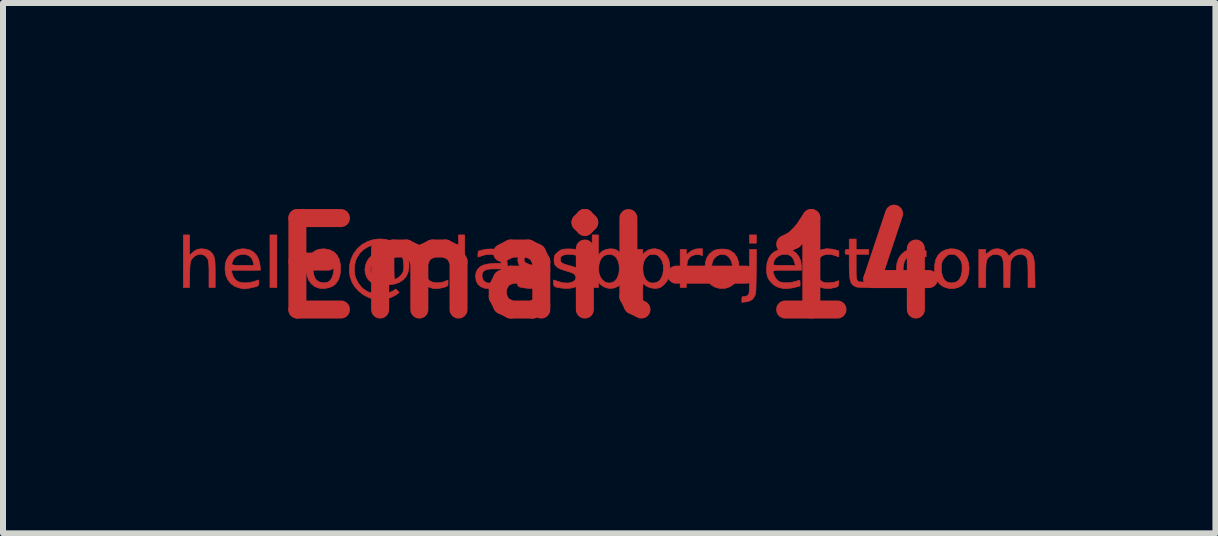
<source format=kicad_pcb>
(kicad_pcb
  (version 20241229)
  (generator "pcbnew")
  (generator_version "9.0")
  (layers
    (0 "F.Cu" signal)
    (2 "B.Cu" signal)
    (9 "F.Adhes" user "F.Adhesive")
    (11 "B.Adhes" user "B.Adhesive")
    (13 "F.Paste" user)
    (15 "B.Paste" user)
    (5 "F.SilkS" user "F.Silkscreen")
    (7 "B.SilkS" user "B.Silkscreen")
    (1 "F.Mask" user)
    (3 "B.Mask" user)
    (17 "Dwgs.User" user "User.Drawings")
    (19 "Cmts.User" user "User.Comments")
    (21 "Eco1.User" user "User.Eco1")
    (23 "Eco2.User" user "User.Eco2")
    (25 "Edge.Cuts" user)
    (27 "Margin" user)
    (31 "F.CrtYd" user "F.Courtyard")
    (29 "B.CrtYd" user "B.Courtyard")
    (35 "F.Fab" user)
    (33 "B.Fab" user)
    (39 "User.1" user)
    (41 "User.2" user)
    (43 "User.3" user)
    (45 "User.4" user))
  (footprint "Email-14"
    (layer "F.Cu")
    (at 7.094 1.418)
    (property "Reference" "Email-14" (at 0 0 0) (layer "F.Cu") (effects (font (size 1.524 1.524) (thickness 0.3))))
    (attr through_hole)
    (fp_poly (pts (xy -5.53 0.323) (xy -5.646 0.323) (xy -5.646 -0.554) (xy -5.53 -0.554) (xy -5.53 0.323)) (stroke (width 0.01) (type solid)) (fill yes) (layer "F.Cu"))
    (fp_poly (pts (xy -5.219 0.323) (xy -5.322 0.323) (xy -5.322 -0.554) (xy -5.219 -0.554) (xy -5.219 0.323)) (stroke (width 0.01) (type solid)) (fill yes) (layer "F.Cu"))
    (fp_poly (pts (xy -2.401 0.323) (xy -2.505 0.323) (xy -2.505 -0.554) (xy -2.401 -0.554) (xy -2.401 0.323)) (stroke (width 0.01) (type solid)) (fill yes) (layer "F.Cu"))
    (fp_poly (pts (xy 2.459 -0.416) (xy 2.344 -0.416) (xy 2.344 -0.554) (xy 2.459 -0.554) (xy 2.459 -0.416)) (stroke (width 0.01) (type solid)) (fill yes) (layer "F.Cu"))
    (fp_poly (pts (xy 4.607 0.323) (xy 4.48 0.323) (xy 4.48 0.173) (xy 4.607 0.173) (xy 4.607 0.323)) (stroke (width 0.01) (type solid)) (fill yes) (layer "F.Cu"))
    (fp_poly (pts (xy 1.559 -0.208) (xy 1.527 -0.22) (xy 1.483 -0.228) (xy 1.433 -0.222) (xy 1.386 -0.206) (xy 1.369 -0.195) (xy 1.346 -0.175) (xy 1.329 -0.153) (xy 1.316 -0.127) (xy 1.307 -0.093) (xy 1.301 -0.046) (xy 1.298 0.016) (xy 1.295 0.098) (xy 1.295 0.113) (xy 1.291 0.323) (xy 1.189 0.323) (xy 1.189 -0.312) (xy 1.293 -0.312) (xy 1.293 -0.217) (xy 1.326 -0.252) (xy 1.38 -0.293) (xy 1.446 -0.318) (xy 1.502 -0.323) (xy 1.559 -0.323) (xy 1.559 -0.208)) (stroke (width 0.01) (type solid)) (fill yes) (layer "F.Cu"))
    (fp_poly (pts (xy 2.457 0.055) (xy 2.456 0.157) (xy 2.455 0.24) (xy 2.453 0.304) (xy 2.452 0.353) (xy 2.449 0.39) (xy 2.446 0.417) (xy 2.442 0.438) (xy 2.437 0.453) (xy 2.43 0.467) (xy 2.399 0.514) (xy 2.358 0.543) (xy 2.303 0.559) (xy 2.282 0.562) (xy 2.217 0.569) (xy 2.217 0.521) (xy 2.218 0.491) (xy 2.225 0.477) (xy 2.243 0.474) (xy 2.257 0.473) (xy 2.3 0.464) (xy 2.32 0.448) (xy 2.327 0.44) (xy 2.332 0.43) (xy 2.336 0.416) (xy 2.339 0.395) (xy 2.341 0.365) (xy 2.342 0.322) (xy 2.343 0.265) (xy 2.344 0.191) (xy 2.344 0.098) (xy 2.344 0.056) (xy 2.344 -0.312) (xy 2.461 -0.312) (xy 2.457 0.055)) (stroke (width 0.01) (type solid)) (fill yes) (layer "F.Cu"))
    (fp_poly (pts (xy 4.122 -0.312) (xy 4.33 -0.312) (xy 4.33 -0.231) (xy 4.122 -0.231) (xy 4.122 -0.026) (xy 4.122 0.058) (xy 4.123 0.12) (xy 4.128 0.166) (xy 4.136 0.197) (xy 4.149 0.216) (xy 4.169 0.226) (xy 4.197 0.23) (xy 4.235 0.231) (xy 4.244 0.231) (xy 4.33 0.231) (xy 4.33 0.323) (xy 4.24 0.322) (xy 4.194 0.321) (xy 4.154 0.318) (xy 4.129 0.315) (xy 4.128 0.315) (xy 4.103 0.304) (xy 4.073 0.286) (xy 4.068 0.282) (xy 4.048 0.261) (xy 4.032 0.231) (xy 4.02 0.188) (xy 4.013 0.131) (xy 4.008 0.057) (xy 4.006 -0.036) (xy 4.006 -0.062) (xy 4.006 -0.231) (xy 3.972 -0.231) (xy 3.948 -0.233) (xy 3.939 -0.245) (xy 3.937 -0.271) (xy 3.939 -0.298) (xy 3.949 -0.31) (xy 3.972 -0.312) (xy 4.006 -0.312) (xy 4.006 -0.485) (xy 4.122 -0.485) (xy 4.122 -0.312)) (stroke (width 0.01) (type solid)) (fill yes) (layer "F.Cu"))
    (fp_poly (pts (xy -6.985 -0.215) (xy -6.942 -0.255) (xy -6.892 -0.295) (xy -6.844 -0.316) (xy -6.788 -0.323) (xy -6.784 -0.323) (xy -6.713 -0.315) (xy -6.656 -0.29) (xy -6.62 -0.259) (xy -6.6 -0.235) (xy -6.585 -0.209) (xy -6.574 -0.178) (xy -6.566 -0.138) (xy -6.561 -0.087) (xy -6.559 -0.02) (xy -6.558 0.065) (xy -6.558 0.097) (xy -6.558 0.323) (xy -6.662 0.323) (xy -6.662 0.109) (xy -6.662 0.022) (xy -6.664 -0.044) (xy -6.668 -0.093) (xy -6.673 -0.126) (xy -6.678 -0.143) (xy -6.708 -0.189) (xy -6.749 -0.219) (xy -6.796 -0.231) (xy -6.847 -0.226) (xy -6.895 -0.203) (xy -6.938 -0.164) (xy -6.955 -0.139) (xy -6.964 -0.122) (xy -6.97 -0.102) (xy -6.975 -0.076) (xy -6.978 -0.04) (xy -6.981 0.01) (xy -6.983 0.078) (xy -6.983 0.113) (xy -6.988 0.323) (xy -7.089 0.323) (xy -7.089 -0.554) (xy -6.985 -0.554) (xy -6.985 -0.215)) (stroke (width 0.01) (type solid)) (fill yes) (layer "F.Cu"))
    (fp_poly (pts (xy -2.802 -0.318) (xy -2.74 -0.304) (xy -2.679 -0.284) (xy -2.679 -0.186) (xy -2.742 -0.209) (xy -2.824 -0.228) (xy -2.897 -0.228) (xy -2.96 -0.208) (xy -3.01 -0.171) (xy -3.046 -0.118) (xy -3.066 -0.05) (xy -3.069 0.027) (xy -3.056 0.106) (xy -3.028 0.168) (xy -2.985 0.212) (xy -2.928 0.237) (xy -2.86 0.245) (xy -2.778 0.236) (xy -2.733 0.221) (xy -2.679 0.198) (xy -2.679 0.248) (xy -2.68 0.278) (xy -2.687 0.295) (xy -2.705 0.306) (xy -2.733 0.316) (xy -2.82 0.336) (xy -2.901 0.34) (xy -2.941 0.335) (xy -3.02 0.308) (xy -3.085 0.263) (xy -3.135 0.2) (xy -3.149 0.175) (xy -3.165 0.138) (xy -3.175 0.104) (xy -3.179 0.065) (xy -3.18 0.012) (xy -3.18 0.012) (xy -3.177 -0.064) (xy -3.166 -0.123) (xy -3.145 -0.171) (xy -3.112 -0.216) (xy -3.103 -0.227) (xy -3.043 -0.275) (xy -2.97 -0.308) (xy -2.889 -0.322) (xy -2.802 -0.318)) (stroke (width 0.01) (type solid)) (fill yes) (layer "F.Cu"))
    (fp_poly (pts (xy 5.173 -0.318) (xy 5.228 -0.306) (xy 5.288 -0.288) (xy 5.288 -0.188) (xy 5.227 -0.209) (xy 5.146 -0.228) (xy 5.074 -0.228) (xy 5.013 -0.209) (xy 4.963 -0.171) (xy 4.928 -0.117) (xy 4.908 -0.048) (xy 4.904 0.032) (xy 4.917 0.103) (xy 4.945 0.164) (xy 4.988 0.21) (xy 5.013 0.226) (xy 5.054 0.239) (xy 5.107 0.244) (xy 5.165 0.242) (xy 5.216 0.233) (xy 5.236 0.226) (xy 5.264 0.215) (xy 5.282 0.208) (xy 5.284 0.208) (xy 5.286 0.218) (xy 5.286 0.244) (xy 5.286 0.256) (xy 5.281 0.287) (xy 5.27 0.305) (xy 5.245 0.316) (xy 5.241 0.318) (xy 5.157 0.336) (xy 5.07 0.338) (xy 5.022 0.331) (xy 4.945 0.303) (xy 4.882 0.259) (xy 4.836 0.198) (xy 4.805 0.122) (xy 4.792 0.031) (xy 4.791 0.005) (xy 4.801 -0.086) (xy 4.829 -0.164) (xy 4.874 -0.228) (xy 4.932 -0.278) (xy 5.003 -0.31) (xy 5.084 -0.324) (xy 5.173 -0.318)) (stroke (width 0.01) (type solid)) (fill yes) (layer "F.Cu"))
    (fp_poly (pts (xy 3.718 -0.318) (xy 3.773 -0.306) (xy 3.833 -0.288) (xy 3.833 -0.187) (xy 3.775 -0.209) (xy 3.697 -0.229) (xy 3.626 -0.23) (xy 3.564 -0.211) (xy 3.513 -0.174) (xy 3.476 -0.121) (xy 3.454 -0.051) (xy 3.453 -0.047) (xy 3.449 0.035) (xy 3.463 0.108) (xy 3.495 0.169) (xy 3.542 0.216) (xy 3.566 0.231) (xy 3.6 0.24) (xy 3.648 0.244) (xy 3.7 0.242) (xy 3.75 0.235) (xy 3.781 0.226) (xy 3.809 0.215) (xy 3.827 0.208) (xy 3.829 0.208) (xy 3.832 0.218) (xy 3.832 0.244) (xy 3.831 0.256) (xy 3.826 0.287) (xy 3.815 0.305) (xy 3.791 0.316) (xy 3.786 0.318) (xy 3.703 0.336) (xy 3.615 0.338) (xy 3.567 0.331) (xy 3.49 0.303) (xy 3.428 0.259) (xy 3.381 0.198) (xy 3.351 0.122) (xy 3.337 0.031) (xy 3.337 0.005) (xy 3.346 -0.086) (xy 3.375 -0.164) (xy 3.419 -0.228) (xy 3.477 -0.278) (xy 3.548 -0.31) (xy 3.629 -0.324) (xy 3.718 -0.318)) (stroke (width 0.01) (type solid)) (fill yes) (layer "F.Cu"))
    (fp_poly (pts (xy 1.931 -0.317) (xy 1.992 -0.306) (xy 2.028 -0.291) (xy 2.089 -0.247) (xy 2.133 -0.186) (xy 2.16 -0.109) (xy 2.172 -0.016) (xy 2.172 0.006) (xy 2.165 0.102) (xy 2.14 0.183) (xy 2.1 0.247) (xy 2.079 0.269) (xy 2.016 0.311) (xy 1.943 0.335) (xy 1.864 0.339) (xy 1.828 0.334) (xy 1.762 0.314) (xy 1.708 0.28) (xy 1.671 0.242) (xy 1.636 0.191) (xy 1.614 0.13) (xy 1.603 0.055) (xy 1.603 0.049) (xy 1.711 0.049) (xy 1.72 0.102) (xy 1.745 0.161) (xy 1.783 0.205) (xy 1.83 0.233) (xy 1.881 0.245) (xy 1.934 0.239) (xy 1.983 0.213) (xy 2.005 0.192) (xy 2.037 0.142) (xy 2.057 0.078) (xy 2.063 0.007) (xy 2.056 -0.065) (xy 2.035 -0.132) (xy 2.03 -0.142) (xy 1.995 -0.189) (xy 1.95 -0.219) (xy 1.899 -0.231) (xy 1.847 -0.225) (xy 1.798 -0.201) (xy 1.756 -0.16) (xy 1.739 -0.133) (xy 1.721 -0.081) (xy 1.711 -0.017) (xy 1.711 0.049) (xy 1.603 0.049) (xy 1.601 -0.007) (xy 1.61 -0.099) (xy 1.634 -0.174) (xy 1.673 -0.234) (xy 1.73 -0.281) (xy 1.749 -0.292) (xy 1.8 -0.31) (xy 1.864 -0.318) (xy 1.931 -0.317)) (stroke (width 0.01) (type solid)) (fill yes) (layer "F.Cu"))
    (fp_poly (pts (xy -4.724 -0.32) (xy -4.644 -0.303) (xy -4.578 -0.269) (xy -4.528 -0.217) (xy -4.492 -0.149) (xy -4.473 -0.065) (xy -4.47 0.035) (xy -4.47 0.038) (xy -4.481 0.124) (xy -4.506 0.195) (xy -4.545 0.255) (xy -4.553 0.264) (xy -4.598 0.299) (xy -4.659 0.324) (xy -4.728 0.338) (xy -4.798 0.338) (xy -4.826 0.334) (xy -4.896 0.309) (xy -4.953 0.265) (xy -4.998 0.205) (xy -5.028 0.129) (xy -5.043 0.04) (xy -5.043 0.036) (xy -5.042 -0.024) (xy -4.928 -0.024) (xy -4.927 0.045) (xy -4.916 0.11) (xy -4.895 0.166) (xy -4.88 0.189) (xy -4.839 0.223) (xy -4.787 0.242) (xy -4.731 0.245) (xy -4.677 0.231) (xy -4.673 0.229) (xy -4.637 0.199) (xy -4.61 0.151) (xy -4.591 0.093) (xy -4.581 0.027) (xy -4.583 -0.04) (xy -4.595 -0.103) (xy -4.618 -0.156) (xy -4.657 -0.199) (xy -4.704 -0.224) (xy -4.757 -0.231) (xy -4.809 -0.219) (xy -4.857 -0.19) (xy -4.897 -0.144) (xy -4.899 -0.14) (xy -4.919 -0.088) (xy -4.928 -0.024) (xy -5.042 -0.024) (xy -5.042 -0.053) (xy -5.028 -0.126) (xy -4.998 -0.189) (xy -4.955 -0.241) (xy -4.897 -0.288) (xy -4.833 -0.314) (xy -4.759 -0.322) (xy -4.724 -0.32)) (stroke (width 0.01) (type solid)) (fill yes) (layer "F.Cu"))
    (fp_poly (pts (xy -0.173 -0.216) (xy -0.148 -0.248) (xy -0.106 -0.285) (xy -0.05 -0.31) (xy 0.013 -0.322) (xy 0.076 -0.32) (xy 0.119 -0.308) (xy 0.155 -0.285) (xy 0.195 -0.248) (xy 0.232 -0.204) (xy 0.26 -0.159) (xy 0.263 -0.152) (xy 0.274 -0.114) (xy 0.28 -0.059) (xy 0.282 0.006) (xy 0.282 0.064) (xy 0.278 0.107) (xy 0.271 0.14) (xy 0.26 0.173) (xy 0.256 0.18) (xy 0.214 0.249) (xy 0.161 0.299) (xy 0.097 0.329) (xy 0.026 0.339) (xy -0.038 0.329) (xy -0.092 0.307) (xy -0.133 0.276) (xy -0.173 0.238) (xy -0.173 0.323) (xy -0.277 0.323) (xy -0.277 0.015) (xy -0.17 0.015) (xy -0.163 0.082) (xy -0.141 0.146) (xy -0.106 0.196) (xy -0.063 0.231) (xy -0.014 0.247) (xy 0.038 0.245) (xy 0.09 0.222) (xy 0.092 0.22) (xy 0.13 0.181) (xy 0.156 0.127) (xy 0.172 0.065) (xy 0.176 -0.002) (xy 0.169 -0.067) (xy 0.151 -0.128) (xy 0.123 -0.177) (xy 0.084 -0.212) (xy 0.08 -0.214) (xy 0.028 -0.229) (xy -0.028 -0.227) (xy -0.079 -0.207) (xy -0.117 -0.172) (xy -0.146 -0.119) (xy -0.164 -0.055) (xy -0.17 0.015) (xy -0.277 0.015) (xy -0.277 -0.554) (xy -0.173 -0.554) (xy -0.173 -0.216)) (stroke (width 0.01) (type solid)) (fill yes) (layer "F.Cu"))
    (fp_poly (pts (xy 5.767 -0.319) (xy 5.839 -0.297) (xy 5.901 -0.256) (xy 5.923 -0.234) (xy 5.966 -0.168) (xy 5.993 -0.091) (xy 6.004 -0.007) (xy 5.999 0.079) (xy 5.977 0.161) (xy 5.938 0.235) (xy 5.934 0.242) (xy 5.886 0.288) (xy 5.824 0.321) (xy 5.753 0.338) (xy 5.677 0.339) (xy 5.649 0.334) (xy 5.574 0.309) (xy 5.515 0.268) (xy 5.47 0.209) (xy 5.442 0.133) (xy 5.429 0.04) (xy 5.429 0.038) (xy 5.429 0.002) (xy 5.54 0.002) (xy 5.546 0.078) (xy 5.564 0.144) (xy 5.593 0.196) (xy 5.609 0.212) (xy 5.652 0.237) (xy 5.706 0.246) (xy 5.76 0.241) (xy 5.804 0.222) (xy 5.843 0.184) (xy 5.87 0.128) (xy 5.885 0.059) (xy 5.885 0.052) (xy 5.888 -0.021) (xy 5.883 -0.077) (xy 5.868 -0.122) (xy 5.842 -0.161) (xy 5.824 -0.18) (xy 5.794 -0.209) (xy 5.77 -0.224) (xy 5.745 -0.23) (xy 5.715 -0.231) (xy 5.681 -0.229) (xy 5.656 -0.222) (xy 5.632 -0.205) (xy 5.606 -0.181) (xy 5.572 -0.141) (xy 5.553 -0.104) (xy 5.547 -0.08) (xy 5.54 0.002) (xy 5.429 0.002) (xy 5.431 -0.062) (xy 5.449 -0.146) (xy 5.484 -0.214) (xy 5.535 -0.266) (xy 5.603 -0.303) (xy 5.612 -0.306) (xy 5.69 -0.323) (xy 5.767 -0.319)) (stroke (width 0.01) (type solid)) (fill yes) (layer "F.Cu"))
    (fp_poly (pts (xy 0.843 -0.307) (xy 0.901 -0.275) (xy 0.952 -0.227) (xy 0.989 -0.164) (xy 0.99 -0.162) (xy 1.009 -0.098) (xy 1.018 -0.023) (xy 1.017 0.054) (xy 1.007 0.126) (xy 0.987 0.186) (xy 0.986 0.188) (xy 0.956 0.234) (xy 0.916 0.278) (xy 0.874 0.312) (xy 0.861 0.32) (xy 0.812 0.335) (xy 0.752 0.337) (xy 0.692 0.327) (xy 0.641 0.307) (xy 0.609 0.286) (xy 0.585 0.265) (xy 0.578 0.257) (xy 0.573 0.256) (xy 0.57 0.274) (xy 0.567 0.313) (xy 0.566 0.372) (xy 0.566 0.401) (xy 0.566 0.566) (xy 0.45 0.566) (xy 0.45 0.001) (xy 0.566 0.001) (xy 0.573 0.083) (xy 0.593 0.15) (xy 0.625 0.201) (xy 0.668 0.234) (xy 0.719 0.249) (xy 0.777 0.243) (xy 0.818 0.228) (xy 0.851 0.201) (xy 0.879 0.156) (xy 0.9 0.098) (xy 0.909 0.04) (xy 0.908 -0.047) (xy 0.888 -0.12) (xy 0.849 -0.18) (xy 0.824 -0.206) (xy 0.8 -0.22) (xy 0.766 -0.227) (xy 0.749 -0.228) (xy 0.71 -0.23) (xy 0.684 -0.225) (xy 0.66 -0.211) (xy 0.647 -0.201) (xy 0.603 -0.15) (xy 0.576 -0.086) (xy 0.566 -0.008) (xy 0.566 0.001) (xy 0.45 0.001) (xy 0.45 -0.312) (xy 0.566 -0.312) (xy 0.566 -0.228) (xy 0.597 -0.259) (xy 0.652 -0.3) (xy 0.714 -0.32) (xy 0.779 -0.323) (xy 0.843 -0.307)) (stroke (width 0.01) (type solid)) (fill yes) (layer "F.Cu"))
    (fp_poly (pts (xy -6.063 -0.321) (xy -5.986 -0.305) (xy -5.921 -0.271) (xy -5.871 -0.218) (xy -5.834 -0.149) (xy -5.814 -0.064) (xy -5.811 -0.043) (xy -5.804 0.035) (xy -6.29 0.035) (xy -6.281 0.072) (xy -6.259 0.139) (xy -6.227 0.187) (xy -6.184 0.22) (xy -6.16 0.231) (xy -6.112 0.242) (xy -6.051 0.245) (xy -5.985 0.239) (xy -5.923 0.226) (xy -5.906 0.22) (xy -5.87 0.208) (xy -5.844 0.199) (xy -5.834 0.196) (xy -5.832 0.207) (xy -5.831 0.232) (xy -5.83 0.242) (xy -5.833 0.273) (xy -5.843 0.291) (xy -5.869 0.304) (xy -5.87 0.305) (xy -5.897 0.313) (xy -5.937 0.323) (xy -5.983 0.332) (xy -6.028 0.34) (xy -6.064 0.345) (xy -6.081 0.345) (xy -6.096 0.343) (xy -6.127 0.336) (xy -6.157 0.33) (xy -6.234 0.303) (xy -6.298 0.257) (xy -6.347 0.196) (xy -6.38 0.12) (xy -6.394 0.034) (xy -6.392 -0.055) (xy -6.386 -0.08) (xy -6.28 -0.08) (xy -6.279 -0.064) (xy -6.266 -0.054) (xy -6.238 -0.049) (xy -6.194 -0.047) (xy -6.13 -0.046) (xy -6.097 -0.046) (xy -5.914 -0.046) (xy -5.924 -0.094) (xy -5.935 -0.13) (xy -5.948 -0.16) (xy -5.951 -0.165) (xy -5.991 -0.203) (xy -6.041 -0.225) (xy -6.097 -0.231) (xy -6.153 -0.222) (xy -6.203 -0.199) (xy -6.243 -0.161) (xy -6.258 -0.135) (xy -6.273 -0.103) (xy -6.28 -0.08) (xy -6.386 -0.08) (xy -6.373 -0.13) (xy -6.337 -0.196) (xy -6.3 -0.237) (xy -6.241 -0.284) (xy -6.18 -0.312) (xy -6.11 -0.322) (xy -6.063 -0.321)) (stroke (width 0.01) (type solid)) (fill yes) (layer "F.Cu"))
    (fp_poly (pts (xy 2.992 -0.316) (xy 3.063 -0.292) (xy 3.122 -0.25) (xy 3.167 -0.192) (xy 3.197 -0.12) (xy 3.209 -0.035) (xy 3.21 -0.021) (xy 3.21 0.035) (xy 2.973 0.035) (xy 2.891 0.035) (xy 2.83 0.035) (xy 2.787 0.037) (xy 2.758 0.041) (xy 2.743 0.048) (xy 2.738 0.059) (xy 2.74 0.075) (xy 2.746 0.096) (xy 2.75 0.105) (xy 2.78 0.168) (xy 2.822 0.212) (xy 2.851 0.228) (xy 2.908 0.242) (xy 2.978 0.244) (xy 3.056 0.235) (xy 3.134 0.214) (xy 3.166 0.202) (xy 3.179 0.2) (xy 3.185 0.21) (xy 3.187 0.238) (xy 3.187 0.245) (xy 3.187 0.297) (xy 3.12 0.315) (xy 3.05 0.331) (xy 2.981 0.339) (xy 2.921 0.34) (xy 2.904 0.339) (xy 2.823 0.319) (xy 2.758 0.286) (xy 2.71 0.244) (xy 2.671 0.195) (xy 2.645 0.146) (xy 2.632 0.088) (xy 2.627 0.017) (xy 2.627 0.006) (xy 2.634 -0.059) (xy 2.74 -0.059) (xy 2.745 -0.053) (xy 2.76 -0.05) (xy 2.787 -0.048) (xy 2.829 -0.047) (xy 2.89 -0.046) (xy 2.921 -0.046) (xy 3.108 -0.046) (xy 3.099 -0.084) (xy 3.077 -0.149) (xy 3.041 -0.196) (xy 2.993 -0.223) (xy 2.932 -0.231) (xy 2.881 -0.226) (xy 2.84 -0.21) (xy 2.8 -0.182) (xy 2.768 -0.148) (xy 2.754 -0.118) (xy 2.746 -0.087) (xy 2.741 -0.066) (xy 2.74 -0.059) (xy 2.634 -0.059) (xy 2.637 -0.087) (xy 2.664 -0.166) (xy 2.707 -0.23) (xy 2.766 -0.278) (xy 2.84 -0.309) (xy 2.911 -0.321) (xy 2.992 -0.316)) (stroke (width 0.01) (type solid)) (fill yes) (layer "F.Cu"))
    (fp_poly (pts (xy -1.218 -0.319) (xy -1.162 -0.314) (xy -1.118 -0.306) (xy -1.105 -0.302) (xy -1.085 -0.29) (xy -1.076 -0.272) (xy -1.074 -0.243) (xy -1.075 -0.214) (xy -1.081 -0.2) (xy -1.097 -0.2) (xy -1.129 -0.21) (xy -1.137 -0.213) (xy -1.18 -0.223) (xy -1.232 -0.229) (xy -1.285 -0.229) (xy -1.332 -0.225) (xy -1.362 -0.216) (xy -1.393 -0.191) (xy -1.411 -0.157) (xy -1.411 -0.125) (xy -1.398 -0.102) (xy -1.37 -0.081) (xy -1.325 -0.062) (xy -1.263 -0.044) (xy -1.181 -0.02) (xy -1.121 0.006) (xy -1.078 0.036) (xy -1.068 0.046) (xy -1.052 0.078) (xy -1.044 0.123) (xy -1.045 0.173) (xy -1.054 0.22) (xy -1.069 0.25) (xy -1.113 0.291) (xy -1.174 0.32) (xy -1.249 0.336) (xy -1.333 0.338) (xy -1.376 0.333) (xy -1.435 0.325) (xy -1.475 0.317) (xy -1.5 0.307) (xy -1.513 0.293) (xy -1.52 0.273) (xy -1.522 0.25) (xy -1.523 0.219) (xy -1.521 0.199) (xy -1.519 0.196) (xy -1.506 0.2) (xy -1.479 0.21) (xy -1.458 0.218) (xy -1.388 0.239) (xy -1.321 0.248) (xy -1.261 0.246) (xy -1.211 0.233) (xy -1.175 0.21) (xy -1.155 0.177) (xy -1.152 0.157) (xy -1.161 0.12) (xy -1.191 0.09) (xy -1.242 0.067) (xy -1.258 0.062) (xy -1.328 0.043) (xy -1.38 0.027) (xy -1.416 0.013) (xy -1.442 0.000381) (xy -1.461 -0.013) (xy -1.472 -0.023) (xy -1.504 -0.071) (xy -1.517 -0.125) (xy -1.511 -0.179) (xy -1.488 -0.229) (xy -1.45 -0.272) (xy -1.397 -0.304) (xy -1.372 -0.312) (xy -1.331 -0.319) (xy -1.277 -0.321) (xy -1.218 -0.319)) (stroke (width 0.01) (type solid)) (fill yes) (layer "F.Cu"))
    (fp_poly (pts (xy 6.952 -0.313) (xy 7.006 -0.284) (xy 7.028 -0.264) (xy 7.048 -0.239) (xy 7.064 -0.213) (xy 7.076 -0.182) (xy 7.085 -0.143) (xy 7.091 -0.092) (xy 7.095 -0.026) (xy 7.097 0.059) (xy 7.098 0.089) (xy 7.103 0.323) (xy 6.985 0.323) (xy 6.985 0.104) (xy 6.984 0.014) (xy 6.982 -0.055) (xy 6.978 -0.107) (xy 6.971 -0.146) (xy 6.961 -0.174) (xy 6.946 -0.195) (xy 6.928 -0.211) (xy 6.926 -0.212) (xy 6.882 -0.23) (xy 6.833 -0.229) (xy 6.783 -0.213) (xy 6.74 -0.182) (xy 6.718 -0.154) (xy 6.709 -0.137) (xy 6.701 -0.12) (xy 6.696 -0.099) (xy 6.692 -0.07) (xy 6.69 -0.029) (xy 6.688 0.028) (xy 6.687 0.103) (xy 6.687 0.107) (xy 6.683 0.323) (xy 6.581 0.323) (xy 6.581 0.113) (xy 6.58 0.016) (xy 6.577 -0.06) (xy 6.571 -0.119) (xy 6.56 -0.161) (xy 6.545 -0.191) (xy 6.524 -0.21) (xy 6.496 -0.222) (xy 6.46 -0.228) (xy 6.457 -0.228) (xy 6.416 -0.228) (xy 6.384 -0.219) (xy 6.363 -0.206) (xy 6.336 -0.186) (xy 6.316 -0.164) (xy 6.301 -0.138) (xy 6.291 -0.104) (xy 6.285 -0.058) (xy 6.282 0.003) (xy 6.281 0.082) (xy 6.281 0.112) (xy 6.281 0.323) (xy 6.165 0.323) (xy 6.165 -0.312) (xy 6.281 -0.312) (xy 6.281 -0.231) (xy 6.334 -0.271) (xy 6.379 -0.302) (xy 6.418 -0.318) (xy 6.462 -0.323) (xy 6.502 -0.321) (xy 6.564 -0.305) (xy 6.614 -0.272) (xy 6.645 -0.235) (xy 6.669 -0.2) (xy 6.711 -0.244) (xy 6.766 -0.288) (xy 6.828 -0.315) (xy 6.891 -0.323) (xy 6.952 -0.313)) (stroke (width 0.01) (type solid)) (fill yes) (layer "F.Cu"))
    (fp_poly (pts (xy -1.884 -0.313) (xy -1.825 -0.297) (xy -1.818 -0.293) (xy -1.769 -0.257) (xy -1.729 -0.204) (xy -1.703 -0.14) (xy -1.697 -0.117) (xy -1.693 -0.083) (xy -1.69 -0.033) (xy -1.687 0.03) (xy -1.686 0.098) (xy -1.686 0.134) (xy -1.686 0.323) (xy -1.79 0.323) (xy -1.79 0.228) (xy -1.813 0.257) (xy -1.853 0.293) (xy -1.909 0.32) (xy -1.973 0.336) (xy -2.036 0.338) (xy -2.07 0.334) (xy -2.133 0.309) (xy -2.18 0.269) (xy -2.209 0.214) (xy -2.22 0.145) (xy -2.22 0.137) (xy -2.22 0.136) (xy -2.113 0.136) (xy -2.102 0.18) (xy -2.075 0.218) (xy -2.036 0.243) (xy -2.026 0.246) (xy -1.988 0.249) (xy -1.941 0.242) (xy -1.897 0.227) (xy -1.892 0.224) (xy -1.849 0.19) (xy -1.818 0.137) (xy -1.801 0.08) (xy -1.795 0.046) (xy -1.79 0.022) (xy -1.79 0.016) (xy -1.8 0.014) (xy -1.829 0.013) (xy -1.871 0.012) (xy -1.9 0.012) (xy -1.977 0.014) (xy -2.035 0.024) (xy -2.075 0.041) (xy -2.099 0.068) (xy -2.111 0.106) (xy -2.113 0.136) (xy -2.22 0.136) (xy -2.212 0.072) (xy -2.188 0.02) (xy -2.148 -0.021) (xy -2.09 -0.051) (xy -2.013 -0.07) (xy -1.917 -0.079) (xy -1.863 -0.081) (xy -1.792 -0.081) (xy -1.801 -0.122) (xy -1.811 -0.154) (xy -1.823 -0.177) (xy -1.824 -0.178) (xy -1.86 -0.206) (xy -1.913 -0.223) (xy -1.976 -0.23) (xy -2.044 -0.225) (xy -2.11 -0.208) (xy -2.145 -0.196) (xy -2.171 -0.187) (xy -2.179 -0.185) (xy -2.181 -0.195) (xy -2.181 -0.221) (xy -2.18 -0.234) (xy -2.176 -0.283) (xy -2.101 -0.304) (xy -2.03 -0.317) (xy -1.954 -0.32) (xy -1.884 -0.313)) (stroke (width 0.01) (type solid)) (fill yes) (layer "F.Cu"))
    (fp_poly (pts (xy -0.617 -0.319) (xy -0.56 -0.314) (xy -0.516 -0.305) (xy -0.505 -0.302) (xy -0.484 -0.29) (xy -0.475 -0.272) (xy -0.473 -0.243) (xy -0.475 -0.214) (xy -0.478 -0.197) (xy -0.48 -0.196) (xy -0.494 -0.2) (xy -0.522 -0.208) (xy -0.543 -0.215) (xy -0.618 -0.229) (xy -0.68 -0.229) (xy -0.739 -0.222) (xy -0.778 -0.207) (xy -0.801 -0.183) (xy -0.808 -0.147) (xy -0.808 -0.143) (xy -0.804 -0.116) (xy -0.789 -0.094) (xy -0.761 -0.076) (xy -0.715 -0.059) (xy -0.662 -0.044) (xy -0.584 -0.022) (xy -0.526 0.002) (xy -0.486 0.029) (xy -0.46 0.062) (xy -0.446 0.103) (xy -0.441 0.136) (xy -0.44 0.179) (xy -0.446 0.209) (xy -0.461 0.238) (xy -0.464 0.242) (xy -0.507 0.286) (xy -0.568 0.318) (xy -0.642 0.335) (xy -0.727 0.338) (xy -0.776 0.333) (xy -0.835 0.325) (xy -0.875 0.317) (xy -0.9 0.307) (xy -0.913 0.293) (xy -0.919 0.273) (xy -0.921 0.25) (xy -0.922 0.219) (xy -0.921 0.199) (xy -0.919 0.196) (xy -0.906 0.2) (xy -0.878 0.21) (xy -0.858 0.218) (xy -0.765 0.244) (xy -0.678 0.248) (xy -0.639 0.242) (xy -0.591 0.224) (xy -0.56 0.196) (xy -0.547 0.163) (xy -0.552 0.13) (xy -0.575 0.099) (xy -0.616 0.076) (xy -0.652 0.064) (xy -0.699 0.05) (xy -0.749 0.035) (xy -0.75 0.034) (xy -0.81 0.013) (xy -0.853 -0.011) (xy -0.874 -0.029) (xy -0.896 -0.053) (xy -0.907 -0.075) (xy -0.911 -0.104) (xy -0.912 -0.137) (xy -0.911 -0.178) (xy -0.905 -0.205) (xy -0.89 -0.228) (xy -0.869 -0.252) (xy -0.816 -0.294) (xy -0.774 -0.312) (xy -0.732 -0.318) (xy -0.677 -0.321) (xy -0.617 -0.319)) (stroke (width 0.01) (type solid)) (fill yes) (layer "F.Cu"))
    (fp_poly (pts (xy -3.727 -0.481) (xy -3.637 -0.458) (xy -3.553 -0.421) (xy -3.479 -0.369) (xy -3.417 -0.304) (xy -3.369 -0.226) (xy -3.338 -0.138) (xy -3.329 -0.085) (xy -3.33 -0.005) (xy -3.345 0.07) (xy -3.375 0.136) (xy -3.417 0.186) (xy -3.421 0.19) (xy -3.486 0.234) (xy -3.552 0.261) (xy -3.612 0.272) (xy -3.671 0.28) (xy -3.671 0.209) (xy -3.713 0.236) (xy -3.775 0.267) (xy -3.838 0.276) (xy -3.899 0.266) (xy -3.955 0.24) (xy -4.002 0.198) (xy -4.038 0.142) (xy -4.059 0.075) (xy -4.062 0.044) (xy -3.97 0.044) (xy -3.956 0.096) (xy -3.929 0.138) (xy -3.892 0.17) (xy -3.846 0.188) (xy -3.796 0.188) (xy -3.752 0.173) (xy -3.716 0.142) (xy -3.691 0.096) (xy -3.679 0.041) (xy -3.681 -0.019) (xy -3.683 -0.03) (xy -3.703 -0.076) (xy -3.736 -0.115) (xy -3.778 -0.142) (xy -3.816 -0.15) (xy -3.874 -0.14) (xy -3.92 -0.11) (xy -3.948 -0.069) (xy -3.968 -0.012) (xy -3.97 0.044) (xy -4.062 0.044) (xy -4.064 0.023) (xy -4.055 -0.044) (xy -4.032 -0.108) (xy -3.996 -0.164) (xy -3.952 -0.205) (xy -3.926 -0.219) (xy -3.875 -0.23) (xy -3.817 -0.229) (xy -3.759 -0.216) (xy -3.714 -0.193) (xy -3.713 -0.192) (xy -3.671 -0.16) (xy -3.671 -0.19) (xy -3.669 -0.209) (xy -3.657 -0.217) (xy -3.63 -0.219) (xy -3.625 -0.219) (xy -3.579 -0.219) (xy -3.579 -0.017) (xy -3.578 0.066) (xy -3.576 0.128) (xy -3.573 0.167) (xy -3.568 0.184) (xy -3.567 0.185) (xy -3.533 0.175) (xy -3.496 0.15) (xy -3.461 0.116) (xy -3.435 0.077) (xy -3.429 0.064) (xy -3.418 0.016) (xy -3.415 -0.043) (xy -3.42 -0.104) (xy -3.431 -0.158) (xy -3.438 -0.175) (xy -3.483 -0.251) (xy -3.542 -0.312) (xy -3.612 -0.357) (xy -3.689 -0.386) (xy -3.771 -0.401) (xy -3.854 -0.4) (xy -3.937 -0.385) (xy -4.015 -0.354) (xy -4.086 -0.31) (xy -4.147 -0.251) (xy -4.195 -0.179) (xy -4.22 -0.118) (xy -4.235 -0.049) (xy -4.239 0.03) (xy -4.232 0.106) (xy -4.225 0.14) (xy -4.205 0.191) (xy -4.173 0.248) (xy -4.134 0.302) (xy -4.095 0.342) (xy -4.02 0.391) (xy -3.934 0.423) (xy -3.842 0.437) (xy -3.75 0.433) (xy -3.661 0.41) (xy -3.589 0.375) (xy -3.547 0.348) (xy -3.52 0.377) (xy -3.493 0.406) (xy -3.522 0.429) (xy -3.549 0.447) (xy -3.587 0.468) (xy -3.608 0.478) (xy -3.643 0.493) (xy -3.68 0.504) (xy -3.726 0.514) (xy -3.786 0.523) (xy -3.798 0.525) (xy -3.826 0.525) (xy -3.865 0.522) (xy -3.897 0.518) (xy -3.991 0.494) (xy -4.081 0.449) (xy -4.162 0.388) (xy -4.23 0.314) (xy -4.276 0.24) (xy -4.311 0.143) (xy -4.324 0.044) (xy -4.318 -0.057) (xy -4.293 -0.154) (xy -4.25 -0.245) (xy -4.189 -0.325) (xy -4.113 -0.392) (xy -4.104 -0.398) (xy -4.012 -0.447) (xy -3.918 -0.476) (xy -3.822 -0.487) (xy -3.727 -0.481)) (stroke (width 0.01) (type solid)) (fill yes) (layer "F.Cu")))
  (gr_rect
    (start -3 -3)
    (end 17.202 5.836)
    (stroke (width 0.1) (type default))
    (fill no)
    (layer "Edge.Cuts")))
</source>
